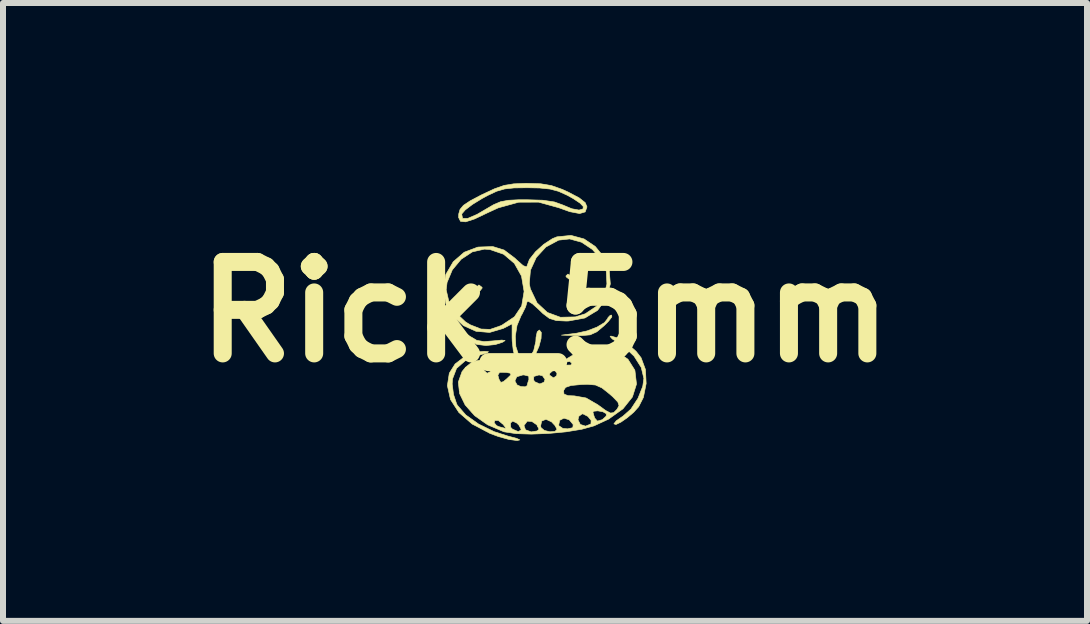
<source format=kicad_pcb>
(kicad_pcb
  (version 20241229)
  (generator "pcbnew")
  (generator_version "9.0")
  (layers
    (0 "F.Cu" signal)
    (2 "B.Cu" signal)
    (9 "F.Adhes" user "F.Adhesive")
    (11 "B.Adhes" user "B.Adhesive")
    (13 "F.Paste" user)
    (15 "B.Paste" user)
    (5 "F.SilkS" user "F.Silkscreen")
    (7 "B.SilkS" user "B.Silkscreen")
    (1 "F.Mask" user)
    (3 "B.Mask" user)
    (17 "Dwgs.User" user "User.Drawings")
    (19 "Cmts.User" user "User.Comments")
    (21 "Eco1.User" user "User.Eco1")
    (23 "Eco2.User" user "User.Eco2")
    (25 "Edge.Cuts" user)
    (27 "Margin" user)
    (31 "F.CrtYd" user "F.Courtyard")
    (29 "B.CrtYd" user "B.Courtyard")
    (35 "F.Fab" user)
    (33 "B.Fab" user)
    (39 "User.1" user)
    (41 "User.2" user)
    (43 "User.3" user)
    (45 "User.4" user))
  (footprint "Rick_5mm"
    (layer "F.Cu")
    (at 6.031 2.149)
    (property "Reference" "Rick_5mm" (at 0 0 0) (layer "F.SilkS") (effects (font (size 1.524 1.524) (thickness 0.3))))
    (attr through_hole)
    (fp_poly (pts (xy -1.049 -0.411) (xy -1.048 -0.399) (xy -1.086 -0.351) (xy -1.098 -0.349) (xy -1.146 -0.387) (xy -1.148 -0.399) (xy -1.11 -0.448) (xy -1.098 -0.449) (xy -1.049 -0.411)) (stroke (width 0.01) (type solid)) (fill yes) (layer "F.SilkS"))
    (fp_poly (pts (xy 0.399 -0.624) (xy 0.447 -0.579) (xy 0.449 -0.571) (xy 0.411 -0.549) (xy 0.399 -0.549) (xy 0.351 -0.587) (xy 0.349 -0.602) (xy 0.38 -0.632) (xy 0.399 -0.624)) (stroke (width 0.01) (type solid)) (fill yes) (layer "F.SilkS"))
    (fp_poly (pts (xy -1.289 0.377) (xy -1.255 0.402) (xy -1.139 0.471) (xy -1.019 0.493) (xy -0.868 0.481) (xy -0.72 0.467) (xy -0.665 0.475) (xy -0.706 0.502) (xy -0.829 0.542) (xy -0.983 0.558) (xy -1.134 0.54) (xy -1.263 0.48) (xy -1.35 0.395) (xy -1.35 0.393) (xy -1.381 0.33) (xy -1.365 0.324) (xy -1.289 0.377)) (stroke (width 0.01) (type solid)) (fill yes) (layer "F.SilkS"))
    (fp_poly (pts (xy 1.113 0.082) (xy 1.054 0.158) (xy 0.986 0.226) (xy 0.862 0.33) (xy 0.752 0.38) (xy 0.61 0.393) (xy 0.537 0.392) (xy 0.274 0.385) (xy 0.524 0.353) (xy 0.702 0.314) (xy 0.866 0.251) (xy 0.99 0.176) (xy 1.047 0.104) (xy 1.048 0.094) (xy 1.087 0.054) (xy 1.11 0.051) (xy 1.113 0.082)) (stroke (width 0.01) (type solid)) (fill yes) (layer "F.SilkS"))
    (fp_poly (pts (xy 1.224 0.436) (xy 1.374 0.529) (xy 1.517 0.655) (xy 1.6 0.761) (xy 1.673 0.957) (xy 1.685 1.192) (xy 1.639 1.422) (xy 1.561 1.576) (xy 1.478 1.669) (xy 1.371 1.76) (xy 1.265 1.834) (xy 1.182 1.874) (xy 1.148 1.863) (xy 1.148 1.862) (xy 1.187 1.812) (xy 1.283 1.745) (xy 1.295 1.738) (xy 1.431 1.617) (xy 1.549 1.437) (xy 1.628 1.238) (xy 1.647 1.107) (xy 1.603 0.924) (xy 1.484 0.736) (xy 1.312 0.572) (xy 1.221 0.513) (xy 1.12 0.448) (xy 1.084 0.407) (xy 1.098 0.4) (xy 1.224 0.436)) (stroke (width 0.01) (type solid)) (fill yes) (layer "F.SilkS"))
    (fp_poly (pts (xy -0.943 0.66) (xy -0.957 0.677) (xy -1.06 0.708) (xy -1.088 0.716) (xy -1.325 0.808) (xy -1.474 0.938) (xy -1.541 1.113) (xy -1.547 1.199) (xy -1.525 1.373) (xy -1.472 1.532) (xy -1.46 1.554) (xy -1.32 1.715) (xy -1.108 1.866) (xy -0.851 1.992) (xy -0.621 2.066) (xy -0.473 2.105) (xy -0.42 2.13) (xy -0.46 2.14) (xy -0.474 2.14) (xy -0.601 2.123) (xy -0.775 2.075) (xy -0.918 2.022) (xy -1.214 1.866) (xy -1.435 1.674) (xy -1.575 1.458) (xy -1.627 1.226) (xy -1.595 1.019) (xy -1.498 0.865) (xy -1.335 0.74) (xy -1.139 0.666) (xy -1.012 0.654) (xy -0.943 0.66)) (stroke (width 0.01) (type solid)) (fill yes) (layer "F.SilkS"))
    (fp_poly (pts (xy -0.071 -2.137) (xy 0.107 -2.107) (xy 0.286 -2.044) (xy 0.387 -1.998) (xy 0.569 -1.902) (xy 0.669 -1.823) (xy 0.699 -1.752) (xy 0.669 -1.668) (xy 0.576 -1.641) (xy 0.413 -1.672) (xy 0.229 -1.738) (xy -0.107 -1.831) (xy -0.439 -1.83) (xy -0.779 -1.736) (xy -0.953 -1.656) (xy -1.174 -1.551) (xy -1.322 -1.503) (xy -1.408 -1.511) (xy -1.44 -1.576) (xy -1.438 -1.63) (xy -1.388 -1.63) (xy -1.374 -1.56) (xy -1.288 -1.56) (xy -1.131 -1.628) (xy -0.993 -1.709) (xy -0.856 -1.789) (xy -0.74 -1.838) (xy -0.611 -1.862) (xy -0.435 -1.871) (xy -0.304 -1.871) (xy -0.036 -1.863) (xy 0.157 -1.834) (xy 0.295 -1.784) (xy 0.446 -1.721) (xy 0.566 -1.699) (xy 0.633 -1.718) (xy 0.637 -1.758) (xy 0.584 -1.814) (xy 0.469 -1.891) (xy 0.372 -1.945) (xy 0.226 -2.011) (xy 0.084 -2.049) (xy -0.091 -2.067) (xy -0.298 -2.071) (xy -0.516 -2.068) (xy -0.673 -2.051) (xy -0.805 -2.013) (xy -0.952 -1.944) (xy -1.048 -1.892) (xy -1.208 -1.794) (xy -1.329 -1.702) (xy -1.387 -1.635) (xy -1.388 -1.63) (xy -1.438 -1.63) (xy -1.438 -1.634) (xy -1.416 -1.71) (xy -1.359 -1.778) (xy -1.248 -1.852) (xy -1.065 -1.949) (xy -1.048 -1.957) (xy -0.843 -2.053) (xy -0.681 -2.11) (xy -0.522 -2.136) (xy -0.324 -2.144) (xy -0.299 -2.144) (xy -0.071 -2.137)) (stroke (width 0.01) (type solid)) (fill yes) (layer "F.SilkS"))
    (fp_poly (pts (xy 0.65 -1.218) (xy 0.837 -1.092) (xy 0.982 -0.914) (xy 1.069 -0.7) (xy 1.088 -0.468) (xy 1.024 -0.233) (xy 1.023 -0.232) (xy 0.876 -0.029) (xy 0.665 0.099) (xy 0.393 0.149) (xy 0.35 0.15) (xy 0.187 0.142) (xy 0.074 0.107) (xy -0.035 0.025) (xy -0.106 -0.044) (xy -0.21 -0.138) (xy -0.28 -0.18) (xy -0.299 -0.17) (xy -0.324 -0.085) (xy -0.384 0.037) (xy -0.399 0.061) (xy -0.467 0.224) (xy -0.495 0.404) (xy -0.486 0.575) (xy -0.441 0.712) (xy -0.365 0.79) (xy -0.321 0.798) (xy -0.249 0.754) (xy -0.188 0.64) (xy -0.153 0.488) (xy -0.15 0.421) (xy -0.13 0.329) (xy -0.094 0.299) (xy -0.062 0.34) (xy -0.066 0.441) (xy -0.1 0.571) (xy -0.157 0.701) (xy -0.177 0.733) (xy -0.279 0.827) (xy -0.392 0.84) (xy -0.486 0.77) (xy -0.497 0.752) (xy -0.529 0.643) (xy -0.547 0.487) (xy -0.549 0.426) (xy -0.549 0.197) (xy -0.696 0.273) (xy -0.923 0.34) (xy -1.149 0.321) (xy -1.358 0.227) (xy -1.531 0.072) (xy -1.65 -0.133) (xy -1.695 -0.37) (xy -1.647 -0.37) (xy -1.603 -0.179) (xy -1.488 0.01) (xy -1.324 0.165) (xy -1.247 0.212) (xy -1.067 0.283) (xy -0.914 0.289) (xy -0.738 0.228) (xy -0.717 0.218) (xy -0.51 0.08) (xy -0.389 -0.101) (xy -0.35 -0.336) (xy -0.349 -0.344) (xy -0.371 -0.474) (xy -0.262 -0.474) (xy -0.245 -0.388) (xy -0.133 -0.153) (xy 0.039 0.007) (xy 0.256 0.087) (xy 0.505 0.081) (xy 0.671 0.029) (xy 0.865 -0.102) (xy 0.989 -0.305) (xy 1.031 -0.466) (xy 1.021 -0.676) (xy 0.934 -0.874) (xy 0.79 -1.042) (xy 0.609 -1.163) (xy 0.409 -1.218) (xy 0.227 -1.198) (xy 0.015 -1.084) (xy -0.146 -0.909) (xy -0.243 -0.697) (xy -0.262 -0.474) (xy -0.371 -0.474) (xy -0.392 -0.599) (xy -0.511 -0.811) (xy -0.69 -0.963) (xy -0.916 -1.041) (xy -1.01 -1.048) (xy -1.212 -1.002) (xy -1.398 -0.879) (xy -1.545 -0.702) (xy -1.632 -0.494) (xy -1.647 -0.37) (xy -1.695 -0.37) (xy -1.696 -0.377) (xy -1.697 -0.389) (xy -1.652 -0.628) (xy -1.529 -0.838) (xy -1.347 -0.996) (xy -1.126 -1.08) (xy -1.106 -1.083) (xy -0.87 -1.091) (xy -0.682 -1.033) (xy -0.502 -0.897) (xy -0.475 -0.871) (xy -0.366 -0.774) (xy -0.308 -0.751) (xy -0.299 -0.77) (xy -0.26 -0.876) (xy -0.159 -1.004) (xy -0.022 -1.128) (xy 0.124 -1.223) (xy 0.198 -1.253) (xy 0.433 -1.277) (xy 0.65 -1.218)) (stroke (width 0.01) (type solid)) (fill yes) (layer "F.SilkS"))
    (fp_poly (pts (xy 1.205 0.665) (xy 1.381 0.786) (xy 1.493 0.963) (xy 1.498 0.975) (xy 1.524 1.2) (xy 1.456 1.415) (xy 1.299 1.612) (xy 1.059 1.784) (xy 0.815 1.897) (xy 0.612 1.953) (xy 0.35 1.996) (xy 0.06 2.023) (xy -0.228 2.034) (xy -0.483 2.026) (xy -0.675 1.997) (xy -0.692 1.992) (xy -0.956 1.879) (xy -1.008 1.843) (xy -0.848 1.843) (xy -0.807 1.893) (xy -0.761 1.912) (xy -0.677 1.934) (xy -0.655 1.94) (xy -0.666 1.914) (xy -0.699 1.871) (xy -0.725 1.85) (xy -0.576 1.85) (xy -0.572 1.921) (xy -0.543 1.951) (xy -0.444 1.993) (xy -0.4 1.964) (xy -0.399 1.952) (xy -0.431 1.892) (xy -0.351 1.892) (xy -0.325 1.962) (xy -0.233 1.996) (xy -0.225 1.996) (xy -0.131 1.981) (xy -0.1 1.952) (xy -0.127 1.9) (xy -0.074 1.9) (xy -0.066 1.927) (xy -0.011 1.973) (xy 0.082 1.995) (xy 0.166 1.989) (xy 0.2 1.954) (xy 0.166 1.891) (xy 0.166 1.891) (xy 0.226 1.891) (xy 0.297 1.939) (xy 0.376 1.946) (xy 0.463 1.927) (xy 0.469 1.875) (xy 0.404 1.796) (xy 0.549 1.796) (xy 0.588 1.873) (xy 0.675 1.901) (xy 0.764 1.865) (xy 0.765 1.863) (xy 0.768 1.805) (xy 0.713 1.738) (xy 0.634 1.698) (xy 0.618 1.697) (xy 0.562 1.738) (xy 0.549 1.796) (xy 0.404 1.796) (xy 0.404 1.796) (xy 0.315 1.768) (xy 0.245 1.804) (xy 0.244 1.805) (xy 0.226 1.891) (xy 0.166 1.891) (xy 0.109 1.83) (xy 0.016 1.787) (xy -0.056 1.817) (xy -0.074 1.9) (xy -0.127 1.9) (xy -0.137 1.879) (xy -0.218 1.824) (xy -0.294 1.818) (xy -0.297 1.82) (xy -0.351 1.892) (xy -0.431 1.892) (xy -0.433 1.887) (xy -0.47 1.85) (xy -0.539 1.817) (xy -0.576 1.85) (xy -0.725 1.85) (xy -0.777 1.807) (xy -0.835 1.806) (xy -0.848 1.843) (xy -1.008 1.843) (xy -1.172 1.727) (xy -1.225 1.668) (xy 0.798 1.668) (xy 0.814 1.726) (xy 0.828 1.767) (xy 0.873 1.817) (xy 0.955 1.793) (xy 1.019 1.734) (xy 1.021 1.694) (xy 0.965 1.662) (xy 0.878 1.646) (xy 0.81 1.653) (xy 0.798 1.668) (xy -1.225 1.668) (xy -1.331 1.548) (xy -1.424 1.357) (xy -1.429 1.31) (xy 0.309 1.31) (xy 0.316 1.367) (xy 0.383 1.393) (xy 0.488 1.397) (xy 0.684 1.432) (xy 0.878 1.544) (xy 1.011 1.641) (xy 1.091 1.683) (xy 1.144 1.676) (xy 1.195 1.625) (xy 1.203 1.615) (xy 1.233 1.559) (xy 1.213 1.5) (xy 1.13 1.413) (xy 1.074 1.364) (xy 0.948 1.264) (xy 0.841 1.216) (xy 0.708 1.204) (xy 0.601 1.208) (xy 0.433 1.224) (xy 0.343 1.255) (xy 0.309 1.308) (xy 0.309 1.31) (xy -1.429 1.31) (xy -1.445 1.168) (xy -1.404 1.052) (xy -0.786 1.052) (xy -0.768 1.118) (xy -0.738 1.172) (xy -0.691 1.159) (xy -0.679 1.148) (xy -0.502 1.148) (xy -0.466 1.214) (xy -0.403 1.242) (xy -0.329 1.246) (xy -0.299 1.227) (xy -0.284 1.168) (xy -0.272 1.135) (xy -0.19 1.135) (xy -0.166 1.164) (xy -0.086 1.198) (xy -0.017 1.169) (xy 0 1.123) (xy -0.042 1.062) (xy -0.1 1.048) (xy -0.187 1.073) (xy -0.19 1.135) (xy -0.272 1.135) (xy -0.269 1.127) (xy -0.271 1.068) (xy -0.351 1.048) (xy -0.369 1.048) (xy -0.471 1.078) (xy -0.502 1.148) (xy -0.679 1.148) (xy -0.637 1.112) (xy -0.569 1.047) (xy -0.576 1.027) (xy 0.074 1.027) (xy 0.078 1.053) (xy 0.141 1.097) (xy 0.192 1.063) (xy 0.2 1.025) (xy 0.166 0.974) (xy 0.125 0.98) (xy 0.074 1.027) (xy -0.576 1.027) (xy -0.579 1.019) (xy -0.647 1.006) (xy -0.756 1.004) (xy -0.786 1.052) (xy -1.404 1.052) (xy -1.383 0.993) (xy -1.333 0.931) (xy -1.022 0.931) (xy -1.016 0.973) (xy -0.965 1.02) (xy -0.911 0.993) (xy -0.898 0.945) (xy -0.939 0.903) (xy -0.972 0.898) (xy -1.022 0.931) (xy -1.333 0.931) (xy -1.325 0.921) (xy -1.208 0.828) (xy -1.094 0.804) (xy -0.941 0.843) (xy -0.914 0.853) (xy -0.673 0.922) (xy -0.408 0.96) (xy -0.156 0.964) (xy 0.045 0.93) (xy 0.052 0.928) (xy 0.202 0.89) (xy 0.327 0.88) (xy 0.351 0.884) (xy 0.43 0.883) (xy 0.449 0.856) (xy 0.413 0.823) (xy 0.374 0.83) (xy 0.303 0.849) (xy 0.304 0.826) (xy 0.366 0.776) (xy 0.468 0.715) (xy 0.615 0.715) (xy 0.622 0.745) (xy 0.649 0.749) (xy 0.69 0.73) (xy 0.682 0.715) (xy 0.623 0.709) (xy 0.615 0.715) (xy 0.468 0.715) (xy 0.477 0.71) (xy 0.497 0.7) (xy 0.742 0.616) (xy 0.985 0.607) (xy 1.205 0.665)) (stroke (width 0.01) (type solid)) (fill yes) (layer "F.SilkS")))
  (gr_rect
    (start -3 -3)
    (end 15.061 7.295)
    (stroke (width 0.1) (type default))
    (fill no)
    (layer "Edge.Cuts")))
</source>
